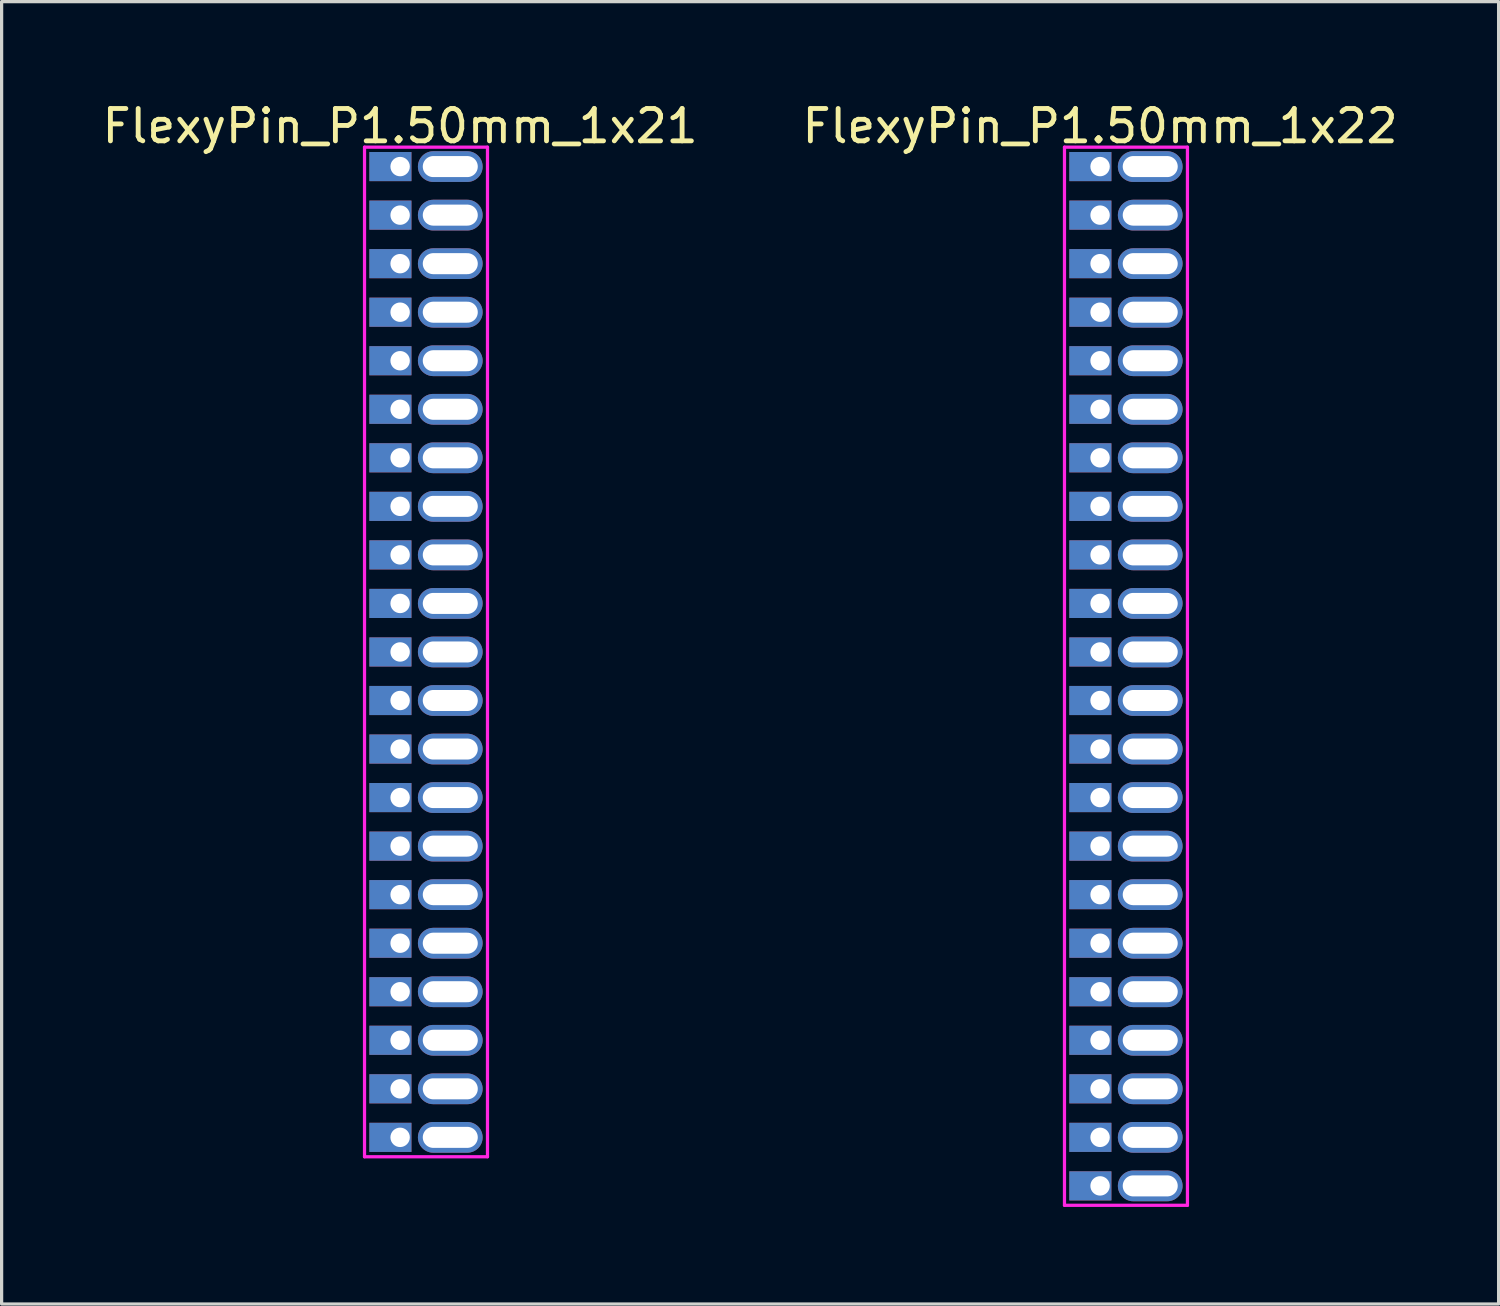
<source format=kicad_pcb>
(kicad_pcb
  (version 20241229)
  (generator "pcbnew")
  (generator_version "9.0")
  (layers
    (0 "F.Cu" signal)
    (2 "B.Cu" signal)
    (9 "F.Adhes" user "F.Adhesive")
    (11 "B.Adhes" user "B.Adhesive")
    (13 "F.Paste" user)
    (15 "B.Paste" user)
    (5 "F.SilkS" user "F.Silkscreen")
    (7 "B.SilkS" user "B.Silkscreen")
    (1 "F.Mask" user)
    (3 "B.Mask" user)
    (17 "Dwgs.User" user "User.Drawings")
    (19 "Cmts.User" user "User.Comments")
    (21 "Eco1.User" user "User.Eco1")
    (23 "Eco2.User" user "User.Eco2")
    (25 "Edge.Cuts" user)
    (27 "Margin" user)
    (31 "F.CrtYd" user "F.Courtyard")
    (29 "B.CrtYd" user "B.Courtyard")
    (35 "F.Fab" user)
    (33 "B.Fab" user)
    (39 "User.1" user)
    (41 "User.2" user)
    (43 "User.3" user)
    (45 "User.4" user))
  (footprint "FlexyPin_P1.50mm_1x22"
    (layer "F.Cu")
    (at 30.946 2.098)
    (property "Reference" "FlexyPin_P1.50mm_1x22" (at 0 -1.25 0) (layer "F.SilkS") (effects (font (size 1 1) (thickness 0.15))))
    (attr through_hole)
    (fp_line (start -1.1 -0.6) (end 2.7 -0.6) (stroke (width 0.1) (type solid)) (layer "F.CrtYd"))
    (fp_line (start -1.1 32.1) (end -1.1 -0.6) (stroke (width 0.1) (type solid)) (layer "F.CrtYd"))
    (fp_line (start 2.7 -0.6) (end 2.7 32.1) (stroke (width 0.1) (type solid)) (layer "F.CrtYd"))
    (fp_line (start 2.7 32.1) (end -1.1 32.1) (stroke (width 0.1) (type solid)) (layer "F.CrtYd"))
    (pad "" thru_hole oval (at 1.55 0) (size 2 0.95) (drill oval 1.7 0.65) (layers "*.Cu" "*.Mask"))
    (pad "" thru_hole oval (at 1.55 1.5) (size 2 0.95) (drill oval 1.7 0.65) (layers "*.Cu" "*.Mask"))
    (pad "" thru_hole oval (at 1.55 3) (size 2 0.95) (drill oval 1.7 0.65) (layers "*.Cu" "*.Mask"))
    (pad "" thru_hole oval (at 1.55 4.5) (size 2 0.95) (drill oval 1.7 0.65) (layers "*.Cu" "*.Mask"))
    (pad "" thru_hole oval (at 1.55 6) (size 2 0.95) (drill oval 1.7 0.65) (layers "*.Cu" "*.Mask"))
    (pad "" thru_hole oval (at 1.55 7.5) (size 2 0.95) (drill oval 1.7 0.65) (layers "*.Cu" "*.Mask"))
    (pad "" thru_hole oval (at 1.55 9) (size 2 0.95) (drill oval 1.7 0.65) (layers "*.Cu" "*.Mask"))
    (pad "" thru_hole oval (at 1.55 10.5) (size 2 0.95) (drill oval 1.7 0.65) (layers "*.Cu" "*.Mask"))
    (pad "" thru_hole oval (at 1.55 12) (size 2 0.95) (drill oval 1.7 0.65) (layers "*.Cu" "*.Mask"))
    (pad "" thru_hole oval (at 1.55 13.5) (size 2 0.95) (drill oval 1.7 0.65) (layers "*.Cu" "*.Mask"))
    (pad "" thru_hole oval (at 1.55 15) (size 2 0.95) (drill oval 1.7 0.65) (layers "*.Cu" "*.Mask"))
    (pad "" thru_hole oval (at 1.55 16.5) (size 2 0.95) (drill oval 1.7 0.65) (layers "*.Cu" "*.Mask"))
    (pad "" thru_hole oval (at 1.55 18) (size 2 0.95) (drill oval 1.7 0.65) (layers "*.Cu" "*.Mask"))
    (pad "" thru_hole oval (at 1.55 19.5) (size 2 0.95) (drill oval 1.7 0.65) (layers "*.Cu" "*.Mask"))
    (pad "" thru_hole oval (at 1.55 21) (size 2 0.95) (drill oval 1.7 0.65) (layers "*.Cu" "*.Mask"))
    (pad "" thru_hole oval (at 1.55 22.5) (size 2 0.95) (drill oval 1.7 0.65) (layers "*.Cu" "*.Mask"))
    (pad "" thru_hole oval (at 1.55 24) (size 2 0.95) (drill oval 1.7 0.65) (layers "*.Cu" "*.Mask"))
    (pad "" thru_hole oval (at 1.55 25.5) (size 2 0.95) (drill oval 1.7 0.65) (layers "*.Cu" "*.Mask"))
    (pad "" thru_hole oval (at 1.55 27) (size 2 0.95) (drill oval 1.7 0.65) (layers "*.Cu" "*.Mask"))
    (pad "" thru_hole oval (at 1.55 28.5) (size 2 0.95) (drill oval 1.7 0.65) (layers "*.Cu" "*.Mask"))
    (pad "" thru_hole oval (at 1.55 30) (size 2 0.95) (drill oval 1.7 0.65) (layers "*.Cu" "*.Mask"))
    (pad "" thru_hole oval (at 1.55 31.5) (size 2 0.95) (drill oval 1.7 0.65) (layers "*.Cu" "*.Mask"))
    (pad "1" thru_hole rect (at 0 0) (size 1.3 0.9) (drill 0.6 (offset -0.3 0)) (layers "*.Cu" "*.Mask"))
    (pad "2" thru_hole rect (at 0 1.5) (size 1.3 0.9) (drill 0.6 (offset -0.3 0)) (layers "*.Cu" "*.Mask"))
    (pad "3" thru_hole rect (at 0 3) (size 1.3 0.9) (drill 0.6 (offset -0.3 0)) (layers "*.Cu" "*.Mask"))
    (pad "4" thru_hole rect (at 0 4.5) (size 1.3 0.9) (drill 0.6 (offset -0.3 0)) (layers "*.Cu" "*.Mask"))
    (pad "5" thru_hole rect (at 0 6) (size 1.3 0.9) (drill 0.6 (offset -0.3 0)) (layers "*.Cu" "*.Mask"))
    (pad "6" thru_hole rect (at 0 7.5) (size 1.3 0.9) (drill 0.6 (offset -0.3 0)) (layers "*.Cu" "*.Mask"))
    (pad "7" thru_hole rect (at 0 9) (size 1.3 0.9) (drill 0.6 (offset -0.3 0)) (layers "*.Cu" "*.Mask"))
    (pad "8" thru_hole rect (at 0 10.5) (size 1.3 0.9) (drill 0.6 (offset -0.3 0)) (layers "*.Cu" "*.Mask"))
    (pad "9" thru_hole rect (at 0 12) (size 1.3 0.9) (drill 0.6 (offset -0.3 0)) (layers "*.Cu" "*.Mask"))
    (pad "10" thru_hole rect (at 0 13.5) (size 1.3 0.9) (drill 0.6 (offset -0.3 0)) (layers "*.Cu" "*.Mask"))
    (pad "11" thru_hole rect (at 0 15) (size 1.3 0.9) (drill 0.6 (offset -0.3 0)) (layers "*.Cu" "*.Mask"))
    (pad "12" thru_hole rect (at 0 16.5) (size 1.3 0.9) (drill 0.6 (offset -0.3 0)) (layers "*.Cu" "*.Mask"))
    (pad "13" thru_hole rect (at 0 18) (size 1.3 0.9) (drill 0.6 (offset -0.3 0)) (layers "*.Cu" "*.Mask"))
    (pad "14" thru_hole rect (at 0 19.5) (size 1.3 0.9) (drill 0.6 (offset -0.3 0)) (layers "*.Cu" "*.Mask"))
    (pad "15" thru_hole rect (at 0 21) (size 1.3 0.9) (drill 0.6 (offset -0.3 0)) (layers "*.Cu" "*.Mask"))
    (pad "16" thru_hole rect (at 0 22.5) (size 1.3 0.9) (drill 0.6 (offset -0.3 0)) (layers "*.Cu" "*.Mask"))
    (pad "17" thru_hole rect (at 0 24) (size 1.3 0.9) (drill 0.6 (offset -0.3 0)) (layers "*.Cu" "*.Mask"))
    (pad "18" thru_hole rect (at 0 25.5) (size 1.3 0.9) (drill 0.6 (offset -0.3 0)) (layers "*.Cu" "*.Mask"))
    (pad "19" thru_hole rect (at 0 27) (size 1.3 0.9) (drill 0.6 (offset -0.3 0)) (layers "*.Cu" "*.Mask"))
    (pad "20" thru_hole rect (at 0 28.5) (size 1.3 0.9) (drill 0.6 (offset -0.3 0)) (layers "*.Cu" "*.Mask"))
    (pad "21" thru_hole rect (at 0 30) (size 1.3 0.9) (drill 0.6 (offset -0.3 0)) (layers "*.Cu" "*.Mask"))
    (pad "22" thru_hole rect (at 0 31.5) (size 1.3 0.9) (drill 0.6 (offset -0.3 0)) (layers "*.Cu" "*.Mask")))
  (footprint "FlexyPin_P1.50mm_1x21"
    (layer "F.Cu")
    (at 9.315 2.098)
    (property "Reference" "FlexyPin_P1.50mm_1x21" (at 0 -1.25 0) (layer "F.SilkS") (effects (font (size 1 1) (thickness 0.15))))
    (attr through_hole)
    (fp_line (start -1.1 -0.6) (end 2.7 -0.6) (stroke (width 0.1) (type solid)) (layer "F.CrtYd"))
    (fp_line (start -1.1 30.6) (end -1.1 -0.6) (stroke (width 0.1) (type solid)) (layer "F.CrtYd"))
    (fp_line (start 2.7 -0.6) (end 2.7 30.6) (stroke (width 0.1) (type solid)) (layer "F.CrtYd"))
    (fp_line (start 2.7 30.6) (end -1.1 30.6) (stroke (width 0.1) (type solid)) (layer "F.CrtYd"))
    (pad "" thru_hole oval (at 1.55 0) (size 2 0.95) (drill oval 1.7 0.65) (layers "*.Cu" "*.Mask"))
    (pad "" thru_hole oval (at 1.55 1.5) (size 2 0.95) (drill oval 1.7 0.65) (layers "*.Cu" "*.Mask"))
    (pad "" thru_hole oval (at 1.55 3) (size 2 0.95) (drill oval 1.7 0.65) (layers "*.Cu" "*.Mask"))
    (pad "" thru_hole oval (at 1.55 4.5) (size 2 0.95) (drill oval 1.7 0.65) (layers "*.Cu" "*.Mask"))
    (pad "" thru_hole oval (at 1.55 6) (size 2 0.95) (drill oval 1.7 0.65) (layers "*.Cu" "*.Mask"))
    (pad "" thru_hole oval (at 1.55 7.5) (size 2 0.95) (drill oval 1.7 0.65) (layers "*.Cu" "*.Mask"))
    (pad "" thru_hole oval (at 1.55 9) (size 2 0.95) (drill oval 1.7 0.65) (layers "*.Cu" "*.Mask"))
    (pad "" thru_hole oval (at 1.55 10.5) (size 2 0.95) (drill oval 1.7 0.65) (layers "*.Cu" "*.Mask"))
    (pad "" thru_hole oval (at 1.55 12) (size 2 0.95) (drill oval 1.7 0.65) (layers "*.Cu" "*.Mask"))
    (pad "" thru_hole oval (at 1.55 13.5) (size 2 0.95) (drill oval 1.7 0.65) (layers "*.Cu" "*.Mask"))
    (pad "" thru_hole oval (at 1.55 15) (size 2 0.95) (drill oval 1.7 0.65) (layers "*.Cu" "*.Mask"))
    (pad "" thru_hole oval (at 1.55 16.5) (size 2 0.95) (drill oval 1.7 0.65) (layers "*.Cu" "*.Mask"))
    (pad "" thru_hole oval (at 1.55 18) (size 2 0.95) (drill oval 1.7 0.65) (layers "*.Cu" "*.Mask"))
    (pad "" thru_hole oval (at 1.55 19.5) (size 2 0.95) (drill oval 1.7 0.65) (layers "*.Cu" "*.Mask"))
    (pad "" thru_hole oval (at 1.55 21) (size 2 0.95) (drill oval 1.7 0.65) (layers "*.Cu" "*.Mask"))
    (pad "" thru_hole oval (at 1.55 22.5) (size 2 0.95) (drill oval 1.7 0.65) (layers "*.Cu" "*.Mask"))
    (pad "" thru_hole oval (at 1.55 24) (size 2 0.95) (drill oval 1.7 0.65) (layers "*.Cu" "*.Mask"))
    (pad "" thru_hole oval (at 1.55 25.5) (size 2 0.95) (drill oval 1.7 0.65) (layers "*.Cu" "*.Mask"))
    (pad "" thru_hole oval (at 1.55 27) (size 2 0.95) (drill oval 1.7 0.65) (layers "*.Cu" "*.Mask"))
    (pad "" thru_hole oval (at 1.55 28.5) (size 2 0.95) (drill oval 1.7 0.65) (layers "*.Cu" "*.Mask"))
    (pad "" thru_hole oval (at 1.55 30) (size 2 0.95) (drill oval 1.7 0.65) (layers "*.Cu" "*.Mask"))
    (pad "1" thru_hole rect (at 0 0) (size 1.3 0.9) (drill 0.6 (offset -0.3 0)) (layers "*.Cu" "*.Mask"))
    (pad "2" thru_hole rect (at 0 1.5) (size 1.3 0.9) (drill 0.6 (offset -0.3 0)) (layers "*.Cu" "*.Mask"))
    (pad "3" thru_hole rect (at 0 3) (size 1.3 0.9) (drill 0.6 (offset -0.3 0)) (layers "*.Cu" "*.Mask"))
    (pad "4" thru_hole rect (at 0 4.5) (size 1.3 0.9) (drill 0.6 (offset -0.3 0)) (layers "*.Cu" "*.Mask"))
    (pad "5" thru_hole rect (at 0 6) (size 1.3 0.9) (drill 0.6 (offset -0.3 0)) (layers "*.Cu" "*.Mask"))
    (pad "6" thru_hole rect (at 0 7.5) (size 1.3 0.9) (drill 0.6 (offset -0.3 0)) (layers "*.Cu" "*.Mask"))
    (pad "7" thru_hole rect (at 0 9) (size 1.3 0.9) (drill 0.6 (offset -0.3 0)) (layers "*.Cu" "*.Mask"))
    (pad "8" thru_hole rect (at 0 10.5) (size 1.3 0.9) (drill 0.6 (offset -0.3 0)) (layers "*.Cu" "*.Mask"))
    (pad "9" thru_hole rect (at 0 12) (size 1.3 0.9) (drill 0.6 (offset -0.3 0)) (layers "*.Cu" "*.Mask"))
    (pad "10" thru_hole rect (at 0 13.5) (size 1.3 0.9) (drill 0.6 (offset -0.3 0)) (layers "*.Cu" "*.Mask"))
    (pad "11" thru_hole rect (at 0 15) (size 1.3 0.9) (drill 0.6 (offset -0.3 0)) (layers "*.Cu" "*.Mask"))
    (pad "12" thru_hole rect (at 0 16.5) (size 1.3 0.9) (drill 0.6 (offset -0.3 0)) (layers "*.Cu" "*.Mask"))
    (pad "13" thru_hole rect (at 0 18) (size 1.3 0.9) (drill 0.6 (offset -0.3 0)) (layers "*.Cu" "*.Mask"))
    (pad "14" thru_hole rect (at 0 19.5) (size 1.3 0.9) (drill 0.6 (offset -0.3 0)) (layers "*.Cu" "*.Mask"))
    (pad "15" thru_hole rect (at 0 21) (size 1.3 0.9) (drill 0.6 (offset -0.3 0)) (layers "*.Cu" "*.Mask"))
    (pad "16" thru_hole rect (at 0 22.5) (size 1.3 0.9) (drill 0.6 (offset -0.3 0)) (layers "*.Cu" "*.Mask"))
    (pad "17" thru_hole rect (at 0 24) (size 1.3 0.9) (drill 0.6 (offset -0.3 0)) (layers "*.Cu" "*.Mask"))
    (pad "18" thru_hole rect (at 0 25.5) (size 1.3 0.9) (drill 0.6 (offset -0.3 0)) (layers "*.Cu" "*.Mask"))
    (pad "19" thru_hole rect (at 0 27) (size 1.3 0.9) (drill 0.6 (offset -0.3 0)) (layers "*.Cu" "*.Mask"))
    (pad "20" thru_hole rect (at 0 28.5) (size 1.3 0.9) (drill 0.6 (offset -0.3 0)) (layers "*.Cu" "*.Mask"))
    (pad "21" thru_hole rect (at 0 30) (size 1.3 0.9) (drill 0.6 (offset -0.3 0)) (layers "*.Cu" "*.Mask")))
  (gr_rect
    (start -3 -3)
    (end 43.262 37.248)
    (stroke (width 0.1) (type default))
    (fill no)
    (layer "Edge.Cuts")))
</source>
